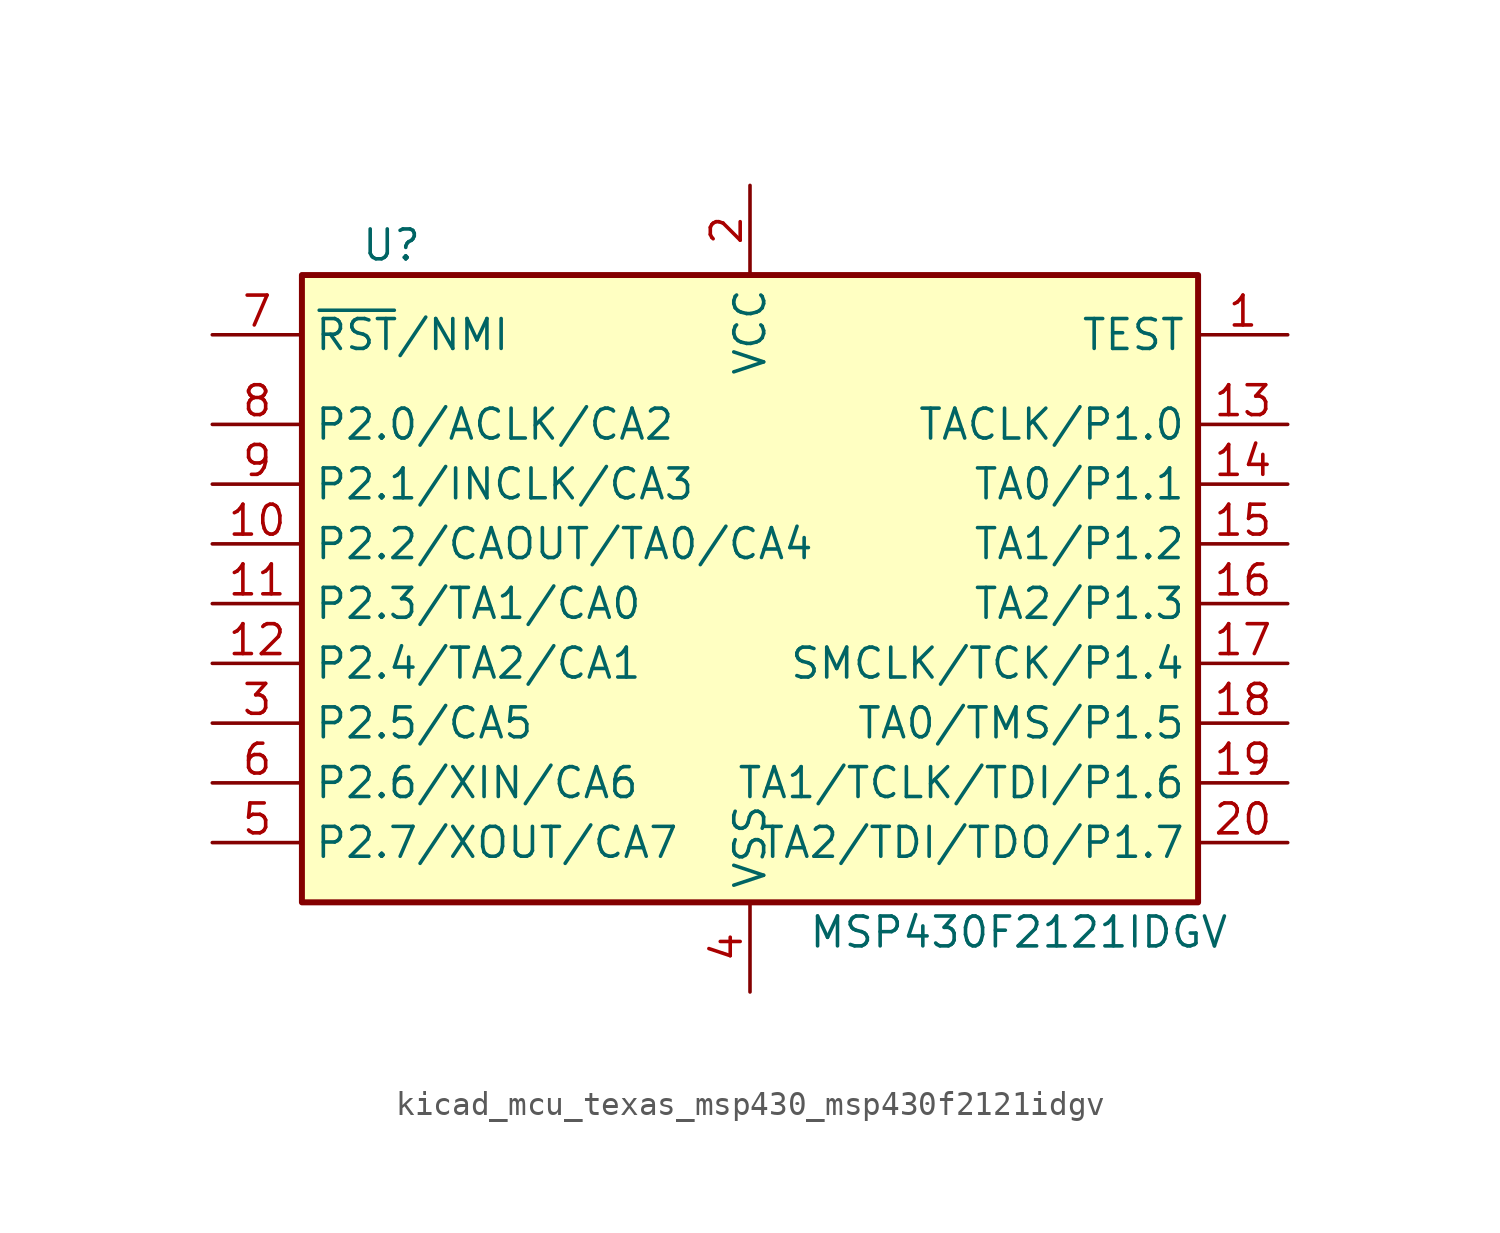
<source format=kicad_sym>
(kicad_symbol_lib
  (version 20220914)
  (generator kicad_symbol_editor)
  (symbol "kicad_mcu_texas_msp430_msp430f2121idgv"
    (property "Reference" "U"
      (at -15.24 15.24 0)
      (effects (font (size 1.27 1.27))))
    (property "Value" "MSP430F2121IDGV"
      (at 11.43 -13.97 0)
      (effects (font (size 1.27 1.27))))
    (symbol "kicad_mcu_texas_msp430_msp430f2121idgv_0_1"
      (rectangle (start -19.05 13.97) (end 19.05 -12.7) (stroke (width 0.254) (type default)) (fill (type background))))
    (symbol "kicad_mcu_texas_msp430_msp430f2121idgv_1_1"
      (pin input line (at 22.86 11.43 180) (length 3.81) (name "TEST" (effects (font (size 1.27 1.27)))) (number "1" (effects (font (size 1.27 1.27)))))
      (pin bidirectional line (at -22.86 2.54 0) (length 3.81) (name "P2.2/CAOUT/TA0/CA4" (effects (font (size 1.27 1.27)))) (number "10" (effects (font (size 1.27 1.27)))))
      (pin bidirectional line (at -22.86 0 0) (length 3.81) (name "P2.3/TA1/CA0" (effects (font (size 1.27 1.27)))) (number "11" (effects (font (size 1.27 1.27)))))
      (pin bidirectional line (at -22.86 -2.54 0) (length 3.81) (name "P2.4/TA2/CA1" (effects (font (size 1.27 1.27)))) (number "12" (effects (font (size 1.27 1.27)))))
      (pin bidirectional line (at 22.86 7.62 180) (length 3.81) (name "TACLK/P1.0" (effects (font (size 1.27 1.27)))) (number "13" (effects (font (size 1.27 1.27)))))
      (pin bidirectional line (at 22.86 5.08 180) (length 3.81) (name "TA0/P1.1" (effects (font (size 1.27 1.27)))) (number "14" (effects (font (size 1.27 1.27)))))
      (pin bidirectional line (at 22.86 2.54 180) (length 3.81) (name "TA1/P1.2" (effects (font (size 1.27 1.27)))) (number "15" (effects (font (size 1.27 1.27)))))
      (pin bidirectional line (at 22.86 0 180) (length 3.81) (name "TA2/P1.3" (effects (font (size 1.27 1.27)))) (number "16" (effects (font (size 1.27 1.27)))))
      (pin bidirectional line (at 22.86 -2.54 180) (length 3.81) (name "SMCLK/TCK/P1.4" (effects (font (size 1.27 1.27)))) (number "17" (effects (font (size 1.27 1.27)))))
      (pin bidirectional line (at 22.86 -5.08 180) (length 3.81) (name "TA0/TMS/P1.5" (effects (font (size 1.27 1.27)))) (number "18" (effects (font (size 1.27 1.27)))))
      (pin bidirectional line (at 22.86 -7.62 180) (length 3.81) (name "TA1/TCLK/TDI/P1.6" (effects (font (size 1.27 1.27)))) (number "19" (effects (font (size 1.27 1.27)))))
      (pin power_in line (at 0 17.78 270) (length 3.81) (name "VCC" (effects (font (size 1.27 1.27)))) (number "2" (effects (font (size 1.27 1.27)))))
      (pin bidirectional line (at 22.86 -10.16 180) (length 3.81) (name "TA2/TDI/TDO/P1.7" (effects (font (size 1.27 1.27)))) (number "20" (effects (font (size 1.27 1.27)))))
      (pin bidirectional line (at -22.86 -5.08 0) (length 3.81) (name "P2.5/CA5" (effects (font (size 1.27 1.27)))) (number "3" (effects (font (size 1.27 1.27)))))
      (pin power_in line (at 0 -16.51 90) (length 3.81) (name "VSS" (effects (font (size 1.27 1.27)))) (number "4" (effects (font (size 1.27 1.27)))))
      (pin bidirectional line (at -22.86 -10.16 0) (length 3.81) (name "P2.7/XOUT/CA7" (effects (font (size 1.27 1.27)))) (number "5" (effects (font (size 1.27 1.27)))))
      (pin bidirectional line (at -22.86 -7.62 0) (length 3.81) (name "P2.6/XIN/CA6" (effects (font (size 1.27 1.27)))) (number "6" (effects (font (size 1.27 1.27)))))
      (pin input line (at -22.86 11.43 0) (length 3.81) (name "~{RST}/NMI" (effects (font (size 1.27 1.27)))) (number "7" (effects (font (size 1.27 1.27)))))
      (pin bidirectional line (at -22.86 7.62 0) (length 3.81) (name "P2.0/ACLK/CA2" (effects (font (size 1.27 1.27)))) (number "8" (effects (font (size 1.27 1.27)))))
      (pin bidirectional line (at -22.86 5.08 0) (length 3.81) (name "P2.1/INCLK/CA3" (effects (font (size 1.27 1.27)))) (number "9" (effects (font (size 1.27 1.27))))))))
</source>
